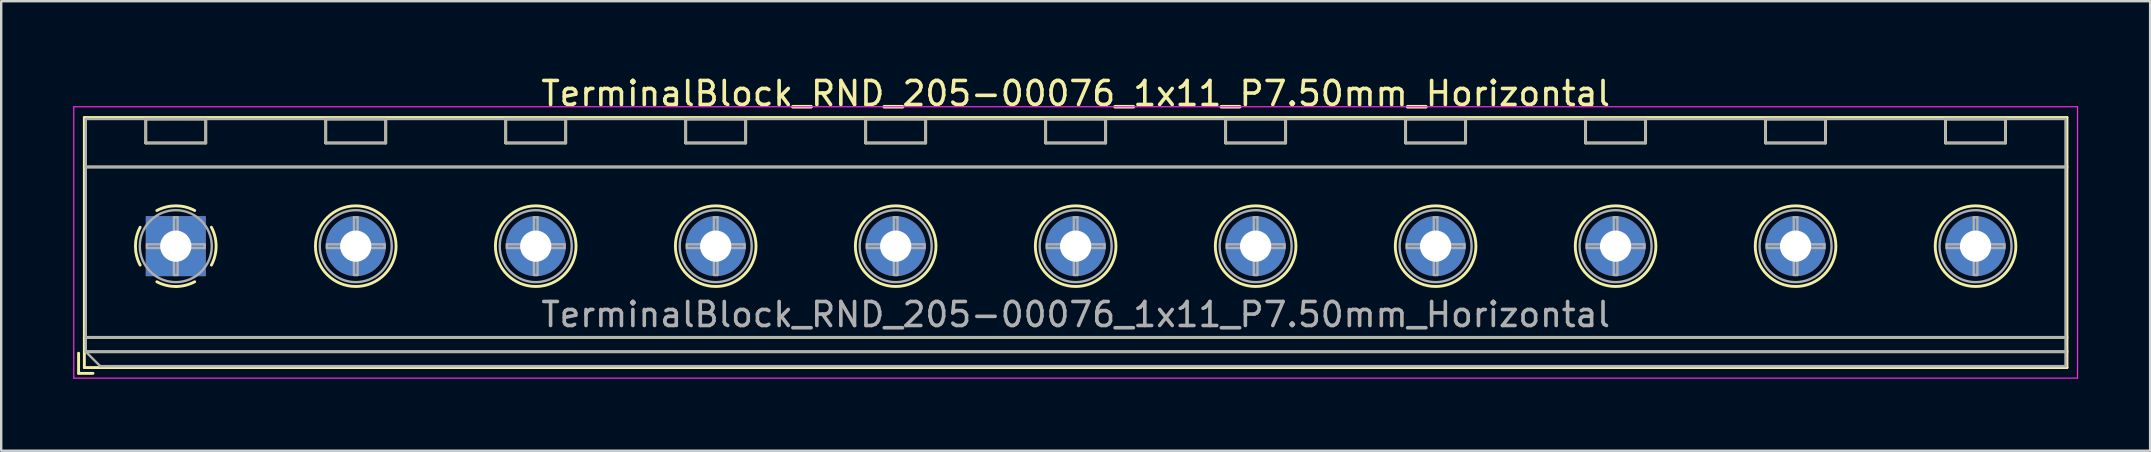
<source format=kicad_pcb>
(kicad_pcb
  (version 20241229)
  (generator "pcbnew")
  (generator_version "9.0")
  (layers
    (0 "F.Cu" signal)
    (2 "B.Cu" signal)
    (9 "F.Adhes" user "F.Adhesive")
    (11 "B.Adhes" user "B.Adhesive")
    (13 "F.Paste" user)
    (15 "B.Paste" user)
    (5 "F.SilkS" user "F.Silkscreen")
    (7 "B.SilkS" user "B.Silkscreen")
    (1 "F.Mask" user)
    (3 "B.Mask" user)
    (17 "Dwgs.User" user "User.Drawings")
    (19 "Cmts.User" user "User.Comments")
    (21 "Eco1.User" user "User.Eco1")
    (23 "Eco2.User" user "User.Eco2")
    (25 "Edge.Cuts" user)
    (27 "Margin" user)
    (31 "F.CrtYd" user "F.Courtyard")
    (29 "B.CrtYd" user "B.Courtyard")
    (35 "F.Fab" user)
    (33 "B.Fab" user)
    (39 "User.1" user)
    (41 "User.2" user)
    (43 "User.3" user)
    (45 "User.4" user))
  (footprint "TerminalBlock_RND_205-00076_1x11_P7.50mm_Horizontal"
    (layer "F.Cu")
    (at 4.275 7.208)
    (property "Reference" "TerminalBlock_RND_205-00076_1x11_P7.50mm_Horizontal" (at 37.5 -6.36 0) (layer "F.SilkS") (effects (font (size 1 1) (thickness 0.15))))
    (attr through_hole)
    (fp_line (start -4.05 4.46) (end -4.05 5.3) (stroke (width 0.12) (type solid)) (layer "F.SilkS"))
    (fp_line (start -4.05 5.3) (end -3.45 5.3) (stroke (width 0.12) (type solid)) (layer "F.SilkS"))
    (fp_line (start -3.81 -5.36) (end -3.81 5.06) (stroke (width 0.12) (type solid)) (layer "F.SilkS"))
    (fp_line (start -3.81 -5.36) (end 78.81 -5.36) (stroke (width 0.12) (type solid)) (layer "F.SilkS"))
    (fp_line (start -3.81 -3.301) (end 78.81 -3.301) (stroke (width 0.12) (type solid)) (layer "F.SilkS"))
    (fp_line (start -3.81 3.8) (end 78.81 3.8) (stroke (width 0.12) (type solid)) (layer "F.SilkS"))
    (fp_line (start -3.81 4.4) (end 78.81 4.4) (stroke (width 0.12) (type solid)) (layer "F.SilkS"))
    (fp_line (start -3.81 5.06) (end 78.81 5.06) (stroke (width 0.12) (type solid)) (layer "F.SilkS"))
    (fp_line (start -1.25 -5.301) (end -1.25 -4.301) (stroke (width 0.12) (type solid)) (layer "F.SilkS"))
    (fp_line (start -1.25 -5.301) (end 1.25 -5.301) (stroke (width 0.12) (type solid)) (layer "F.SilkS"))
    (fp_line (start -1.25 -4.301) (end 1.25 -4.301) (stroke (width 0.12) (type solid)) (layer "F.SilkS"))
    (fp_line (start 1.25 -5.301) (end 1.25 -4.301) (stroke (width 0.12) (type solid)) (layer "F.SilkS"))
    (fp_line (start 6.25 -5.301) (end 6.25 -4.301) (stroke (width 0.12) (type solid)) (layer "F.SilkS"))
    (fp_line (start 6.25 -5.301) (end 8.75 -5.301) (stroke (width 0.12) (type solid)) (layer "F.SilkS"))
    (fp_line (start 6.25 -4.301) (end 8.75 -4.301) (stroke (width 0.12) (type solid)) (layer "F.SilkS"))
    (fp_line (start 8.75 -5.301) (end 8.75 -4.301) (stroke (width 0.12) (type solid)) (layer "F.SilkS"))
    (fp_line (start 13.75 -5.301) (end 13.75 -4.301) (stroke (width 0.12) (type solid)) (layer "F.SilkS"))
    (fp_line (start 13.75 -5.301) (end 16.25 -5.301) (stroke (width 0.12) (type solid)) (layer "F.SilkS"))
    (fp_line (start 13.75 -4.301) (end 16.25 -4.301) (stroke (width 0.12) (type solid)) (layer "F.SilkS"))
    (fp_line (start 16.25 -5.301) (end 16.25 -4.301) (stroke (width 0.12) (type solid)) (layer "F.SilkS"))
    (fp_line (start 21.25 -5.301) (end 21.25 -4.301) (stroke (width 0.12) (type solid)) (layer "F.SilkS"))
    (fp_line (start 21.25 -5.301) (end 23.75 -5.301) (stroke (width 0.12) (type solid)) (layer "F.SilkS"))
    (fp_line (start 21.25 -4.301) (end 23.75 -4.301) (stroke (width 0.12) (type solid)) (layer "F.SilkS"))
    (fp_line (start 23.75 -5.301) (end 23.75 -4.301) (stroke (width 0.12) (type solid)) (layer "F.SilkS"))
    (fp_line (start 28.75 -5.301) (end 28.75 -4.301) (stroke (width 0.12) (type solid)) (layer "F.SilkS"))
    (fp_line (start 28.75 -5.301) (end 31.25 -5.301) (stroke (width 0.12) (type solid)) (layer "F.SilkS"))
    (fp_line (start 28.75 -4.301) (end 31.25 -4.301) (stroke (width 0.12) (type solid)) (layer "F.SilkS"))
    (fp_line (start 31.25 -5.301) (end 31.25 -4.301) (stroke (width 0.12) (type solid)) (layer "F.SilkS"))
    (fp_line (start 36.25 -5.301) (end 36.25 -4.301) (stroke (width 0.12) (type solid)) (layer "F.SilkS"))
    (fp_line (start 36.25 -5.301) (end 38.75 -5.301) (stroke (width 0.12) (type solid)) (layer "F.SilkS"))
    (fp_line (start 36.25 -4.301) (end 38.75 -4.301) (stroke (width 0.12) (type solid)) (layer "F.SilkS"))
    (fp_line (start 38.75 -5.301) (end 38.75 -4.301) (stroke (width 0.12) (type solid)) (layer "F.SilkS"))
    (fp_line (start 43.75 -5.301) (end 43.75 -4.301) (stroke (width 0.12) (type solid)) (layer "F.SilkS"))
    (fp_line (start 43.75 -5.301) (end 46.25 -5.301) (stroke (width 0.12) (type solid)) (layer "F.SilkS"))
    (fp_line (start 43.75 -4.301) (end 46.25 -4.301) (stroke (width 0.12) (type solid)) (layer "F.SilkS"))
    (fp_line (start 46.25 -5.301) (end 46.25 -4.301) (stroke (width 0.12) (type solid)) (layer "F.SilkS"))
    (fp_line (start 51.25 -5.301) (end 51.25 -4.301) (stroke (width 0.12) (type solid)) (layer "F.SilkS"))
    (fp_line (start 51.25 -5.301) (end 53.75 -5.301) (stroke (width 0.12) (type solid)) (layer "F.SilkS"))
    (fp_line (start 51.25 -4.301) (end 53.75 -4.301) (stroke (width 0.12) (type solid)) (layer "F.SilkS"))
    (fp_line (start 53.75 -5.301) (end 53.75 -4.301) (stroke (width 0.12) (type solid)) (layer "F.SilkS"))
    (fp_line (start 58.75 -5.301) (end 58.75 -4.301) (stroke (width 0.12) (type solid)) (layer "F.SilkS"))
    (fp_line (start 58.75 -5.301) (end 61.25 -5.301) (stroke (width 0.12) (type solid)) (layer "F.SilkS"))
    (fp_line (start 58.75 -4.301) (end 61.25 -4.301) (stroke (width 0.12) (type solid)) (layer "F.SilkS"))
    (fp_line (start 61.25 -5.301) (end 61.25 -4.301) (stroke (width 0.12) (type solid)) (layer "F.SilkS"))
    (fp_line (start 66.25 -5.301) (end 66.25 -4.301) (stroke (width 0.12) (type solid)) (layer "F.SilkS"))
    (fp_line (start 66.25 -5.301) (end 68.75 -5.301) (stroke (width 0.12) (type solid)) (layer "F.SilkS"))
    (fp_line (start 66.25 -4.301) (end 68.75 -4.301) (stroke (width 0.12) (type solid)) (layer "F.SilkS"))
    (fp_line (start 68.75 -5.301) (end 68.75 -4.301) (stroke (width 0.12) (type solid)) (layer "F.SilkS"))
    (fp_line (start 73.75 -5.301) (end 73.75 -4.301) (stroke (width 0.12) (type solid)) (layer "F.SilkS"))
    (fp_line (start 73.75 -5.301) (end 76.25 -5.301) (stroke (width 0.12) (type solid)) (layer "F.SilkS"))
    (fp_line (start 73.75 -4.301) (end 76.25 -4.301) (stroke (width 0.12) (type solid)) (layer "F.SilkS"))
    (fp_line (start 76.25 -5.301) (end 76.25 -4.301) (stroke (width 0.12) (type solid)) (layer "F.SilkS"))
    (fp_line (start 78.81 -5.36) (end 78.81 5.06) (stroke (width 0.12) (type solid)) (layer "F.SilkS"))
    (fp_arc (start -1.483953 0.789089) (mid -1.680708 0.00005) (end -1.484 -0.789) (stroke (width 0.12) (type solid)) (layer "F.SilkS"))
    (fp_arc (start -0.789089 -1.483953) (mid -0.00005 -1.680708) (end 0.789 -1.484) (stroke (width 0.12) (type solid)) (layer "F.SilkS"))
    (fp_arc (start 0.029383 1.68045) (mid -0.392304 1.634281) (end -0.789 1.484) (stroke (width 0.12) (type solid)) (layer "F.SilkS"))
    (fp_arc (start 0.788712 1.483352) (mid 0.406429 1.630097) (end 0 1.68) (stroke (width 0.12) (type solid)) (layer "F.SilkS"))
    (fp_arc (start 1.483953 -0.789089) (mid 1.680708 -0.00005) (end 1.484 0.789) (stroke (width 0.12) (type solid)) (layer "F.SilkS"))
    (fp_circle (center 7.5 0) (end 9.18 0) (stroke (width 0.12) (type solid)) (fill no) (layer "F.SilkS"))
    (fp_circle (center 15 0) (end 16.68 0) (stroke (width 0.12) (type solid)) (fill no) (layer "F.SilkS"))
    (fp_circle (center 22.5 0) (end 24.18 0) (stroke (width 0.12) (type solid)) (fill no) (layer "F.SilkS"))
    (fp_circle (center 30 0) (end 31.68 0) (stroke (width 0.12) (type solid)) (fill no) (layer "F.SilkS"))
    (fp_circle (center 37.5 0) (end 39.18 0) (stroke (width 0.12) (type solid)) (fill no) (layer "F.SilkS"))
    (fp_circle (center 45 0) (end 46.68 0) (stroke (width 0.12) (type solid)) (fill no) (layer "F.SilkS"))
    (fp_circle (center 52.5 0) (end 54.18 0) (stroke (width 0.12) (type solid)) (fill no) (layer "F.SilkS"))
    (fp_circle (center 60 0) (end 61.68 0) (stroke (width 0.12) (type solid)) (fill no) (layer "F.SilkS"))
    (fp_circle (center 67.5 0) (end 69.18 0) (stroke (width 0.12) (type solid)) (fill no) (layer "F.SilkS"))
    (fp_circle (center 75 0) (end 76.68 0) (stroke (width 0.12) (type solid)) (fill no) (layer "F.SilkS"))
    (fp_line (start -4.25 -5.81) (end -4.25 5.5) (stroke (width 0.05) (type solid)) (layer "F.CrtYd"))
    (fp_line (start -4.25 5.5) (end 79.25 5.5) (stroke (width 0.05) (type solid)) (layer "F.CrtYd"))
    (fp_line (start 79.25 -5.81) (end -4.25 -5.81) (stroke (width 0.05) (type solid)) (layer "F.CrtYd"))
    (fp_line (start 79.25 5.5) (end 79.25 -5.81) (stroke (width 0.05) (type solid)) (layer "F.CrtYd"))
    (fp_line (start -3.75 -5.3) (end 78.75 -5.3) (stroke (width 0.1) (type solid)) (layer "F.Fab"))
    (fp_line (start -3.75 -3.3) (end 78.75 -3.3) (stroke (width 0.1) (type solid)) (layer "F.Fab"))
    (fp_line (start -3.75 3.8) (end 78.75 3.8) (stroke (width 0.1) (type solid)) (layer "F.Fab"))
    (fp_line (start -3.75 4.4) (end -3.75 -5.3) (stroke (width 0.1) (type solid)) (layer "F.Fab"))
    (fp_line (start -3.75 4.4) (end 78.75 4.4) (stroke (width 0.1) (type solid)) (layer "F.Fab"))
    (fp_line (start -3.15 5) (end -3.75 4.4) (stroke (width 0.1) (type solid)) (layer "F.Fab"))
    (fp_line (start -1.25 -5.3) (end -1.25 -4.3) (stroke (width 0.1) (type solid)) (layer "F.Fab"))
    (fp_line (start -1.25 -4.3) (end 1.25 -4.3) (stroke (width 0.1) (type solid)) (layer "F.Fab"))
    (fp_line (start -1.201 -0.076) (end -0.076 -0.076) (stroke (width 0.1) (type solid)) (layer "F.Fab"))
    (fp_line (start -1.201 0.076) (end -1.201 -0.076) (stroke (width 0.1) (type solid)) (layer "F.Fab"))
    (fp_line (start -0.076 -1.201) (end 0.076 -1.201) (stroke (width 0.1) (type solid)) (layer "F.Fab"))
    (fp_line (start -0.076 -0.076) (end -0.076 -1.201) (stroke (width 0.1) (type solid)) (layer "F.Fab"))
    (fp_line (start -0.076 0.076) (end -1.201 0.076) (stroke (width 0.1) (type solid)) (layer "F.Fab"))
    (fp_line (start -0.076 1.201) (end -0.076 0.076) (stroke (width 0.1) (type solid)) (layer "F.Fab"))
    (fp_line (start 0.076 -1.201) (end 0.076 -0.076) (stroke (width 0.1) (type solid)) (layer "F.Fab"))
    (fp_line (start 0.076 -0.076) (end 1.201 -0.076) (stroke (width 0.1) (type solid)) (layer "F.Fab"))
    (fp_line (start 0.076 0.076) (end 0.076 1.201) (stroke (width 0.1) (type solid)) (layer "F.Fab"))
    (fp_line (start 0.076 1.201) (end -0.076 1.201) (stroke (width 0.1) (type solid)) (layer "F.Fab"))
    (fp_line (start 1.201 -0.076) (end 1.201 0.076) (stroke (width 0.1) (type solid)) (layer "F.Fab"))
    (fp_line (start 1.201 0.076) (end 0.076 0.076) (stroke (width 0.1) (type solid)) (layer "F.Fab"))
    (fp_line (start 1.25 -5.3) (end -1.25 -5.3) (stroke (width 0.1) (type solid)) (layer "F.Fab"))
    (fp_line (start 1.25 -4.3) (end 1.25 -5.3) (stroke (width 0.1) (type solid)) (layer "F.Fab"))
    (fp_line (start 6.25 -5.3) (end 6.25 -4.3) (stroke (width 0.1) (type solid)) (layer "F.Fab"))
    (fp_line (start 6.25 -4.3) (end 8.75 -4.3) (stroke (width 0.1) (type solid)) (layer "F.Fab"))
    (fp_line (start 6.299 -0.076) (end 7.424 -0.076) (stroke (width 0.1) (type solid)) (layer "F.Fab"))
    (fp_line (start 6.299 0.076) (end 6.299 -0.076) (stroke (width 0.1) (type solid)) (layer "F.Fab"))
    (fp_line (start 7.424 -1.201) (end 7.576 -1.201) (stroke (width 0.1) (type solid)) (layer "F.Fab"))
    (fp_line (start 7.424 -0.076) (end 7.424 -1.201) (stroke (width 0.1) (type solid)) (layer "F.Fab"))
    (fp_line (start 7.424 0.076) (end 6.299 0.076) (stroke (width 0.1) (type solid)) (layer "F.Fab"))
    (fp_line (start 7.424 1.201) (end 7.424 0.076) (stroke (width 0.1) (type solid)) (layer "F.Fab"))
    (fp_line (start 7.576 -1.201) (end 7.576 -0.076) (stroke (width 0.1) (type solid)) (layer "F.Fab"))
    (fp_line (start 7.576 -0.076) (end 8.701 -0.076) (stroke (width 0.1) (type solid)) (layer "F.Fab"))
    (fp_line (start 7.576 0.076) (end 7.576 1.201) (stroke (width 0.1) (type solid)) (layer "F.Fab"))
    (fp_line (start 7.576 1.201) (end 7.424 1.201) (stroke (width 0.1) (type solid)) (layer "F.Fab"))
    (fp_line (start 8.701 -0.076) (end 8.701 0.076) (stroke (width 0.1) (type solid)) (layer "F.Fab"))
    (fp_line (start 8.701 0.076) (end 7.576 0.076) (stroke (width 0.1) (type solid)) (layer "F.Fab"))
    (fp_line (start 8.75 -5.3) (end 6.25 -5.3) (stroke (width 0.1) (type solid)) (layer "F.Fab"))
    (fp_line (start 8.75 -4.3) (end 8.75 -5.3) (stroke (width 0.1) (type solid)) (layer "F.Fab"))
    (fp_line (start 13.75 -5.3) (end 13.75 -4.3) (stroke (width 0.1) (type solid)) (layer "F.Fab"))
    (fp_line (start 13.75 -4.3) (end 16.25 -4.3) (stroke (width 0.1) (type solid)) (layer "F.Fab"))
    (fp_line (start 13.799 -0.076) (end 14.924 -0.076) (stroke (width 0.1) (type solid)) (layer "F.Fab"))
    (fp_line (start 13.799 0.076) (end 13.799 -0.076) (stroke (width 0.1) (type solid)) (layer "F.Fab"))
    (fp_line (start 14.924 -1.201) (end 15.076 -1.201) (stroke (width 0.1) (type solid)) (layer "F.Fab"))
    (fp_line (start 14.924 -0.076) (end 14.924 -1.201) (stroke (width 0.1) (type solid)) (layer "F.Fab"))
    (fp_line (start 14.924 0.076) (end 13.799 0.076) (stroke (width 0.1) (type solid)) (layer "F.Fab"))
    (fp_line (start 14.924 1.201) (end 14.924 0.076) (stroke (width 0.1) (type solid)) (layer "F.Fab"))
    (fp_line (start 15.076 -1.201) (end 15.076 -0.076) (stroke (width 0.1) (type solid)) (layer "F.Fab"))
    (fp_line (start 15.076 -0.076) (end 16.201 -0.076) (stroke (width 0.1) (type solid)) (layer "F.Fab"))
    (fp_line (start 15.076 0.076) (end 15.076 1.201) (stroke (width 0.1) (type solid)) (layer "F.Fab"))
    (fp_line (start 15.076 1.201) (end 14.924 1.201) (stroke (width 0.1) (type solid)) (layer "F.Fab"))
    (fp_line (start 16.201 -0.076) (end 16.201 0.076) (stroke (width 0.1) (type solid)) (layer "F.Fab"))
    (fp_line (start 16.201 0.076) (end 15.076 0.076) (stroke (width 0.1) (type solid)) (layer "F.Fab"))
    (fp_line (start 16.25 -5.3) (end 13.75 -5.3) (stroke (width 0.1) (type solid)) (layer "F.Fab"))
    (fp_line (start 16.25 -4.3) (end 16.25 -5.3) (stroke (width 0.1) (type solid)) (layer "F.Fab"))
    (fp_line (start 21.25 -5.3) (end 21.25 -4.3) (stroke (width 0.1) (type solid)) (layer "F.Fab"))
    (fp_line (start 21.25 -4.3) (end 23.75 -4.3) (stroke (width 0.1) (type solid)) (layer "F.Fab"))
    (fp_line (start 21.299 -0.076) (end 22.424 -0.076) (stroke (width 0.1) (type solid)) (layer "F.Fab"))
    (fp_line (start 21.299 0.076) (end 21.299 -0.076) (stroke (width 0.1) (type solid)) (layer "F.Fab"))
    (fp_line (start 22.424 -1.201) (end 22.576 -1.201) (stroke (width 0.1) (type solid)) (layer "F.Fab"))
    (fp_line (start 22.424 -0.076) (end 22.424 -1.201) (stroke (width 0.1) (type solid)) (layer "F.Fab"))
    (fp_line (start 22.424 0.076) (end 21.299 0.076) (stroke (width 0.1) (type solid)) (layer "F.Fab"))
    (fp_line (start 22.424 1.201) (end 22.424 0.076) (stroke (width 0.1) (type solid)) (layer "F.Fab"))
    (fp_line (start 22.576 -1.201) (end 22.576 -0.076) (stroke (width 0.1) (type solid)) (layer "F.Fab"))
    (fp_line (start 22.576 -0.076) (end 23.701 -0.076) (stroke (width 0.1) (type solid)) (layer "F.Fab"))
    (fp_line (start 22.576 0.076) (end 22.576 1.201) (stroke (width 0.1) (type solid)) (layer "F.Fab"))
    (fp_line (start 22.576 1.201) (end 22.424 1.201) (stroke (width 0.1) (type solid)) (layer "F.Fab"))
    (fp_line (start 23.701 -0.076) (end 23.701 0.076) (stroke (width 0.1) (type solid)) (layer "F.Fab"))
    (fp_line (start 23.701 0.076) (end 22.576 0.076) (stroke (width 0.1) (type solid)) (layer "F.Fab"))
    (fp_line (start 23.75 -5.3) (end 21.25 -5.3) (stroke (width 0.1) (type solid)) (layer "F.Fab"))
    (fp_line (start 23.75 -4.3) (end 23.75 -5.3) (stroke (width 0.1) (type solid)) (layer "F.Fab"))
    (fp_line (start 28.75 -5.3) (end 28.75 -4.3) (stroke (width 0.1) (type solid)) (layer "F.Fab"))
    (fp_line (start 28.75 -4.3) (end 31.25 -4.3) (stroke (width 0.1) (type solid)) (layer "F.Fab"))
    (fp_line (start 28.799 -0.076) (end 29.924 -0.076) (stroke (width 0.1) (type solid)) (layer "F.Fab"))
    (fp_line (start 28.799 0.076) (end 28.799 -0.076) (stroke (width 0.1) (type solid)) (layer "F.Fab"))
    (fp_line (start 29.924 -1.201) (end 30.076 -1.201) (stroke (width 0.1) (type solid)) (layer "F.Fab"))
    (fp_line (start 29.924 -0.076) (end 29.924 -1.201) (stroke (width 0.1) (type solid)) (layer "F.Fab"))
    (fp_line (start 29.924 0.076) (end 28.799 0.076) (stroke (width 0.1) (type solid)) (layer "F.Fab"))
    (fp_line (start 29.924 1.201) (end 29.924 0.076) (stroke (width 0.1) (type solid)) (layer "F.Fab"))
    (fp_line (start 30.076 -1.201) (end 30.076 -0.076) (stroke (width 0.1) (type solid)) (layer "F.Fab"))
    (fp_line (start 30.076 -0.076) (end 31.201 -0.076) (stroke (width 0.1) (type solid)) (layer "F.Fab"))
    (fp_line (start 30.076 0.076) (end 30.076 1.201) (stroke (width 0.1) (type solid)) (layer "F.Fab"))
    (fp_line (start 30.076 1.201) (end 29.924 1.201) (stroke (width 0.1) (type solid)) (layer "F.Fab"))
    (fp_line (start 31.201 -0.076) (end 31.201 0.076) (stroke (width 0.1) (type solid)) (layer "F.Fab"))
    (fp_line (start 31.201 0.076) (end 30.076 0.076) (stroke (width 0.1) (type solid)) (layer "F.Fab"))
    (fp_line (start 31.25 -5.3) (end 28.75 -5.3) (stroke (width 0.1) (type solid)) (layer "F.Fab"))
    (fp_line (start 31.25 -4.3) (end 31.25 -5.3) (stroke (width 0.1) (type solid)) (layer "F.Fab"))
    (fp_line (start 36.25 -5.3) (end 36.25 -4.3) (stroke (width 0.1) (type solid)) (layer "F.Fab"))
    (fp_line (start 36.25 -4.3) (end 38.75 -4.3) (stroke (width 0.1) (type solid)) (layer "F.Fab"))
    (fp_line (start 36.299 -0.076) (end 37.424 -0.076) (stroke (width 0.1) (type solid)) (layer "F.Fab"))
    (fp_line (start 36.299 0.076) (end 36.299 -0.076) (stroke (width 0.1) (type solid)) (layer "F.Fab"))
    (fp_line (start 37.424 -1.201) (end 37.576 -1.201) (stroke (width 0.1) (type solid)) (layer "F.Fab"))
    (fp_line (start 37.424 -0.076) (end 37.424 -1.201) (stroke (width 0.1) (type solid)) (layer "F.Fab"))
    (fp_line (start 37.424 0.076) (end 36.299 0.076) (stroke (width 0.1) (type solid)) (layer "F.Fab"))
    (fp_line (start 37.424 1.201) (end 37.424 0.076) (stroke (width 0.1) (type solid)) (layer "F.Fab"))
    (fp_line (start 37.576 -1.201) (end 37.576 -0.076) (stroke (width 0.1) (type solid)) (layer "F.Fab"))
    (fp_line (start 37.576 -0.076) (end 38.701 -0.076) (stroke (width 0.1) (type solid)) (layer "F.Fab"))
    (fp_line (start 37.576 0.076) (end 37.576 1.201) (stroke (width 0.1) (type solid)) (layer "F.Fab"))
    (fp_line (start 37.576 1.201) (end 37.424 1.201) (stroke (width 0.1) (type solid)) (layer "F.Fab"))
    (fp_line (start 38.701 -0.076) (end 38.701 0.076) (stroke (width 0.1) (type solid)) (layer "F.Fab"))
    (fp_line (start 38.701 0.076) (end 37.576 0.076) (stroke (width 0.1) (type solid)) (layer "F.Fab"))
    (fp_line (start 38.75 -5.3) (end 36.25 -5.3) (stroke (width 0.1) (type solid)) (layer "F.Fab"))
    (fp_line (start 38.75 -4.3) (end 38.75 -5.3) (stroke (width 0.1) (type solid)) (layer "F.Fab"))
    (fp_line (start 43.75 -5.3) (end 43.75 -4.3) (stroke (width 0.1) (type solid)) (layer "F.Fab"))
    (fp_line (start 43.75 -4.3) (end 46.25 -4.3) (stroke (width 0.1) (type solid)) (layer "F.Fab"))
    (fp_line (start 43.799 -0.076) (end 44.924 -0.076) (stroke (width 0.1) (type solid)) (layer "F.Fab"))
    (fp_line (start 43.799 0.076) (end 43.799 -0.076) (stroke (width 0.1) (type solid)) (layer "F.Fab"))
    (fp_line (start 44.924 -1.201) (end 45.076 -1.201) (stroke (width 0.1) (type solid)) (layer "F.Fab"))
    (fp_line (start 44.924 -0.076) (end 44.924 -1.201) (stroke (width 0.1) (type solid)) (layer "F.Fab"))
    (fp_line (start 44.924 0.076) (end 43.799 0.076) (stroke (width 0.1) (type solid)) (layer "F.Fab"))
    (fp_line (start 44.924 1.201) (end 44.924 0.076) (stroke (width 0.1) (type solid)) (layer "F.Fab"))
    (fp_line (start 45.076 -1.201) (end 45.076 -0.076) (stroke (width 0.1) (type solid)) (layer "F.Fab"))
    (fp_line (start 45.076 -0.076) (end 46.201 -0.076) (stroke (width 0.1) (type solid)) (layer "F.Fab"))
    (fp_line (start 45.076 0.076) (end 45.076 1.201) (stroke (width 0.1) (type solid)) (layer "F.Fab"))
    (fp_line (start 45.076 1.201) (end 44.924 1.201) (stroke (width 0.1) (type solid)) (layer "F.Fab"))
    (fp_line (start 46.201 -0.076) (end 46.201 0.076) (stroke (width 0.1) (type solid)) (layer "F.Fab"))
    (fp_line (start 46.201 0.076) (end 45.076 0.076) (stroke (width 0.1) (type solid)) (layer "F.Fab"))
    (fp_line (start 46.25 -5.3) (end 43.75 -5.3) (stroke (width 0.1) (type solid)) (layer "F.Fab"))
    (fp_line (start 46.25 -4.3) (end 46.25 -5.3) (stroke (width 0.1) (type solid)) (layer "F.Fab"))
    (fp_line (start 51.25 -5.3) (end 51.25 -4.3) (stroke (width 0.1) (type solid)) (layer "F.Fab"))
    (fp_line (start 51.25 -4.3) (end 53.75 -4.3) (stroke (width 0.1) (type solid)) (layer "F.Fab"))
    (fp_line (start 51.299 -0.076) (end 52.424 -0.076) (stroke (width 0.1) (type solid)) (layer "F.Fab"))
    (fp_line (start 51.299 0.076) (end 51.299 -0.076) (stroke (width 0.1) (type solid)) (layer "F.Fab"))
    (fp_line (start 52.424 -1.201) (end 52.576 -1.201) (stroke (width 0.1) (type solid)) (layer "F.Fab"))
    (fp_line (start 52.424 -0.076) (end 52.424 -1.201) (stroke (width 0.1) (type solid)) (layer "F.Fab"))
    (fp_line (start 52.424 0.076) (end 51.299 0.076) (stroke (width 0.1) (type solid)) (layer "F.Fab"))
    (fp_line (start 52.424 1.201) (end 52.424 0.076) (stroke (width 0.1) (type solid)) (layer "F.Fab"))
    (fp_line (start 52.576 -1.201) (end 52.576 -0.076) (stroke (width 0.1) (type solid)) (layer "F.Fab"))
    (fp_line (start 52.576 -0.076) (end 53.701 -0.076) (stroke (width 0.1) (type solid)) (layer "F.Fab"))
    (fp_line (start 52.576 0.076) (end 52.576 1.201) (stroke (width 0.1) (type solid)) (layer "F.Fab"))
    (fp_line (start 52.576 1.201) (end 52.424 1.201) (stroke (width 0.1) (type solid)) (layer "F.Fab"))
    (fp_line (start 53.701 -0.076) (end 53.701 0.076) (stroke (width 0.1) (type solid)) (layer "F.Fab"))
    (fp_line (start 53.701 0.076) (end 52.576 0.076) (stroke (width 0.1) (type solid)) (layer "F.Fab"))
    (fp_line (start 53.75 -5.3) (end 51.25 -5.3) (stroke (width 0.1) (type solid)) (layer "F.Fab"))
    (fp_line (start 53.75 -4.3) (end 53.75 -5.3) (stroke (width 0.1) (type solid)) (layer "F.Fab"))
    (fp_line (start 58.75 -5.3) (end 58.75 -4.3) (stroke (width 0.1) (type solid)) (layer "F.Fab"))
    (fp_line (start 58.75 -4.3) (end 61.25 -4.3) (stroke (width 0.1) (type solid)) (layer "F.Fab"))
    (fp_line (start 58.799 -0.076) (end 59.924 -0.076) (stroke (width 0.1) (type solid)) (layer "F.Fab"))
    (fp_line (start 58.799 0.076) (end 58.799 -0.076) (stroke (width 0.1) (type solid)) (layer "F.Fab"))
    (fp_line (start 59.924 -1.201) (end 60.076 -1.201) (stroke (width 0.1) (type solid)) (layer "F.Fab"))
    (fp_line (start 59.924 -0.076) (end 59.924 -1.201) (stroke (width 0.1) (type solid)) (layer "F.Fab"))
    (fp_line (start 59.924 0.076) (end 58.799 0.076) (stroke (width 0.1) (type solid)) (layer "F.Fab"))
    (fp_line (start 59.924 1.201) (end 59.924 0.076) (stroke (width 0.1) (type solid)) (layer "F.Fab"))
    (fp_line (start 60.076 -1.201) (end 60.076 -0.076) (stroke (width 0.1) (type solid)) (layer "F.Fab"))
    (fp_line (start 60.076 -0.076) (end 61.201 -0.076) (stroke (width 0.1) (type solid)) (layer "F.Fab"))
    (fp_line (start 60.076 0.076) (end 60.076 1.201) (stroke (width 0.1) (type solid)) (layer "F.Fab"))
    (fp_line (start 60.076 1.201) (end 59.924 1.201) (stroke (width 0.1) (type solid)) (layer "F.Fab"))
    (fp_line (start 61.201 -0.076) (end 61.201 0.076) (stroke (width 0.1) (type solid)) (layer "F.Fab"))
    (fp_line (start 61.201 0.076) (end 60.076 0.076) (stroke (width 0.1) (type solid)) (layer "F.Fab"))
    (fp_line (start 61.25 -5.3) (end 58.75 -5.3) (stroke (width 0.1) (type solid)) (layer "F.Fab"))
    (fp_line (start 61.25 -4.3) (end 61.25 -5.3) (stroke (width 0.1) (type solid)) (layer "F.Fab"))
    (fp_line (start 66.25 -5.3) (end 66.25 -4.3) (stroke (width 0.1) (type solid)) (layer "F.Fab"))
    (fp_line (start 66.25 -4.3) (end 68.75 -4.3) (stroke (width 0.1) (type solid)) (layer "F.Fab"))
    (fp_line (start 66.299 -0.076) (end 67.424 -0.076) (stroke (width 0.1) (type solid)) (layer "F.Fab"))
    (fp_line (start 66.299 0.076) (end 66.299 -0.076) (stroke (width 0.1) (type solid)) (layer "F.Fab"))
    (fp_line (start 67.424 -1.201) (end 67.576 -1.201) (stroke (width 0.1) (type solid)) (layer "F.Fab"))
    (fp_line (start 67.424 -0.076) (end 67.424 -1.201) (stroke (width 0.1) (type solid)) (layer "F.Fab"))
    (fp_line (start 67.424 0.076) (end 66.299 0.076) (stroke (width 0.1) (type solid)) (layer "F.Fab"))
    (fp_line (start 67.424 1.201) (end 67.424 0.076) (stroke (width 0.1) (type solid)) (layer "F.Fab"))
    (fp_line (start 67.576 -1.201) (end 67.576 -0.076) (stroke (width 0.1) (type solid)) (layer "F.Fab"))
    (fp_line (start 67.576 -0.076) (end 68.701 -0.076) (stroke (width 0.1) (type solid)) (layer "F.Fab"))
    (fp_line (start 67.576 0.076) (end 67.576 1.201) (stroke (width 0.1) (type solid)) (layer "F.Fab"))
    (fp_line (start 67.576 1.201) (end 67.424 1.201) (stroke (width 0.1) (type solid)) (layer "F.Fab"))
    (fp_line (start 68.701 -0.076) (end 68.701 0.076) (stroke (width 0.1) (type solid)) (layer "F.Fab"))
    (fp_line (start 68.701 0.076) (end 67.576 0.076) (stroke (width 0.1) (type solid)) (layer "F.Fab"))
    (fp_line (start 68.75 -5.3) (end 66.25 -5.3) (stroke (width 0.1) (type solid)) (layer "F.Fab"))
    (fp_line (start 68.75 -4.3) (end 68.75 -5.3) (stroke (width 0.1) (type solid)) (layer "F.Fab"))
    (fp_line (start 73.75 -5.3) (end 73.75 -4.3) (stroke (width 0.1) (type solid)) (layer "F.Fab"))
    (fp_line (start 73.75 -4.3) (end 76.25 -4.3) (stroke (width 0.1) (type solid)) (layer "F.Fab"))
    (fp_line (start 73.799 -0.076) (end 74.924 -0.076) (stroke (width 0.1) (type solid)) (layer "F.Fab"))
    (fp_line (start 73.799 0.076) (end 73.799 -0.076) (stroke (width 0.1) (type solid)) (layer "F.Fab"))
    (fp_line (start 74.924 -1.201) (end 75.076 -1.201) (stroke (width 0.1) (type solid)) (layer "F.Fab"))
    (fp_line (start 74.924 -0.076) (end 74.924 -1.201) (stroke (width 0.1) (type solid)) (layer "F.Fab"))
    (fp_line (start 74.924 0.076) (end 73.799 0.076) (stroke (width 0.1) (type solid)) (layer "F.Fab"))
    (fp_line (start 74.924 1.201) (end 74.924 0.076) (stroke (width 0.1) (type solid)) (layer "F.Fab"))
    (fp_line (start 75.076 -1.201) (end 75.076 -0.076) (stroke (width 0.1) (type solid)) (layer "F.Fab"))
    (fp_line (start 75.076 -0.076) (end 76.201 -0.076) (stroke (width 0.1) (type solid)) (layer "F.Fab"))
    (fp_line (start 75.076 0.076) (end 75.076 1.201) (stroke (width 0.1) (type solid)) (layer "F.Fab"))
    (fp_line (start 75.076 1.201) (end 74.924 1.201) (stroke (width 0.1) (type solid)) (layer "F.Fab"))
    (fp_line (start 76.201 -0.076) (end 76.201 0.076) (stroke (width 0.1) (type solid)) (layer "F.Fab"))
    (fp_line (start 76.201 0.076) (end 75.076 0.076) (stroke (width 0.1) (type solid)) (layer "F.Fab"))
    (fp_line (start 76.25 -5.3) (end 73.75 -5.3) (stroke (width 0.1) (type solid)) (layer "F.Fab"))
    (fp_line (start 76.25 -4.3) (end 76.25 -5.3) (stroke (width 0.1) (type solid)) (layer "F.Fab"))
    (fp_line (start 78.75 -5.3) (end 78.75 5) (stroke (width 0.1) (type solid)) (layer "F.Fab"))
    (fp_line (start 78.75 5) (end -3.15 5) (stroke (width 0.1) (type solid)) (layer "F.Fab"))
    (fp_circle (center 0 0) (end 1.5 0) (stroke (width 0.1) (type solid)) (fill no) (layer "F.Fab"))
    (fp_circle (center 7.5 0) (end 9 0) (stroke (width 0.1) (type solid)) (fill no) (layer "F.Fab"))
    (fp_circle (center 15 0) (end 16.5 0) (stroke (width 0.1) (type solid)) (fill no) (layer "F.Fab"))
    (fp_circle (center 22.5 0) (end 24 0) (stroke (width 0.1) (type solid)) (fill no) (layer "F.Fab"))
    (fp_circle (center 30 0) (end 31.5 0) (stroke (width 0.1) (type solid)) (fill no) (layer "F.Fab"))
    (fp_circle (center 37.5 0) (end 39 0) (stroke (width 0.1) (type solid)) (fill no) (layer "F.Fab"))
    (fp_circle (center 45 0) (end 46.5 0) (stroke (width 0.1) (type solid)) (fill no) (layer "F.Fab"))
    (fp_circle (center 52.5 0) (end 54 0) (stroke (width 0.1) (type solid)) (fill no) (layer "F.Fab"))
    (fp_circle (center 60 0) (end 61.5 0) (stroke (width 0.1) (type solid)) (fill no) (layer "F.Fab"))
    (fp_circle (center 67.5 0) (end 69 0) (stroke (width 0.1) (type solid)) (fill no) (layer "F.Fab"))
    (fp_circle (center 75 0) (end 76.5 0) (stroke (width 0.1) (type solid)) (fill no) (layer "F.Fab"))
    (fp_text user "${REFERENCE}" (at 37.5 2.85 0) (layer "F.Fab") (effects (font (size 1 1) (thickness 0.15))))
    (pad "1" thru_hole rect (at 0 0) (size 2.5 2.5) (drill 1.3) (layers "*.Cu" "*.Mask"))
    (pad "2" thru_hole circle (at 7.5 0) (size 2.5 2.5) (drill 1.3) (layers "*.Cu" "*.Mask"))
    (pad "3" thru_hole circle (at 15 0) (size 2.5 2.5) (drill 1.3) (layers "*.Cu" "*.Mask"))
    (pad "4" thru_hole circle (at 22.5 0) (size 2.5 2.5) (drill 1.3) (layers "*.Cu" "*.Mask"))
    (pad "5" thru_hole circle (at 30 0) (size 2.5 2.5) (drill 1.3) (layers "*.Cu" "*.Mask"))
    (pad "6" thru_hole circle (at 37.5 0) (size 2.5 2.5) (drill 1.3) (layers "*.Cu" "*.Mask"))
    (pad "7" thru_hole circle (at 45 0) (size 2.5 2.5) (drill 1.3) (layers "*.Cu" "*.Mask"))
    (pad "8" thru_hole circle (at 52.5 0) (size 2.5 2.5) (drill 1.3) (layers "*.Cu" "*.Mask"))
    (pad "9" thru_hole circle (at 60 0) (size 2.5 2.5) (drill 1.3) (layers "*.Cu" "*.Mask"))
    (pad "10" thru_hole circle (at 67.5 0) (size 2.5 2.5) (drill 1.3) (layers "*.Cu" "*.Mask"))
    (pad "11" thru_hole circle (at 75 0) (size 2.5 2.5) (drill 1.3) (layers "*.Cu" "*.Mask")))
  (gr_rect
    (start -3 -3)
    (end 86.55 15.733)
    (stroke (width 0.1) (type default))
    (fill no)
    (layer "Edge.Cuts")))
</source>
